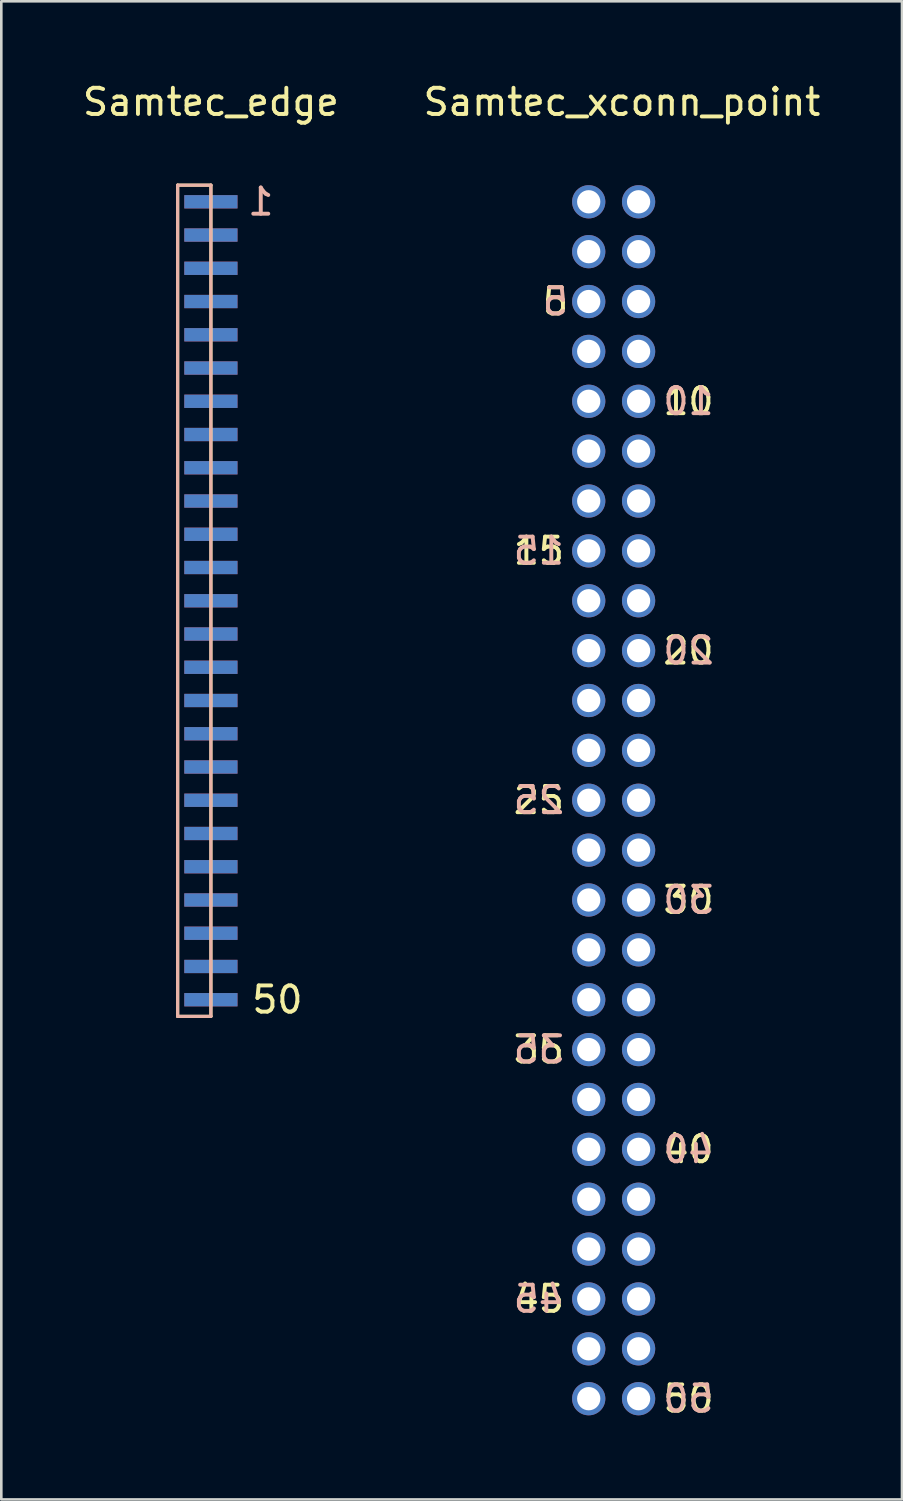
<source format=kicad_pcb>
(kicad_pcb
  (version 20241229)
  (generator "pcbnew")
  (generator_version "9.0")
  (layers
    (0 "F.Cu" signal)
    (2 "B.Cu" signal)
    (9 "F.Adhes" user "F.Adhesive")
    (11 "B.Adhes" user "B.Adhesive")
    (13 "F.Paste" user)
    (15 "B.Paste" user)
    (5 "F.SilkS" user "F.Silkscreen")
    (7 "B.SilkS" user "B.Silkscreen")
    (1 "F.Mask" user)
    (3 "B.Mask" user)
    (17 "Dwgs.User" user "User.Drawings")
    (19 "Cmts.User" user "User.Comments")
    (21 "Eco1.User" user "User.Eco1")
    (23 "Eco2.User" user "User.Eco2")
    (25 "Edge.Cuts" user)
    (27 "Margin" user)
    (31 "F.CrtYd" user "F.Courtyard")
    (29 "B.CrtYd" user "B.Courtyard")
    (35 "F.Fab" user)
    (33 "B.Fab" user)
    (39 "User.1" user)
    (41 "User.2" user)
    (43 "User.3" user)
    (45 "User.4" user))
  (footprint "Samtec_edge"
    (layer "F.Cu")
    (at 5.006 2.753)
    (property "Reference" "Samtec_edge" (at 0 -1.905 0) (layer "F.SilkS") (effects (font (size 1 1) (thickness 0.15))))
    (attr through_hole)
    (fp_line (start -1.27 1.27) (end 0 1.27) (stroke (width 0.12) (type solid)) (layer "F.SilkS"))
    (fp_line (start -1.27 33.02) (end -1.27 1.27) (stroke (width 0.12) (type solid)) (layer "F.SilkS"))
    (fp_line (start 0 1.27) (end 0 33.02) (stroke (width 0.12) (type solid)) (layer "F.SilkS"))
    (fp_line (start 0 33.02) (end -1.27 33.02) (stroke (width 0.12) (type solid)) (layer "F.SilkS"))
    (fp_line (start -1.27 1.27) (end 0 1.27) (stroke (width 0.12) (type solid)) (layer "B.SilkS"))
    (fp_line (start -1.27 33.02) (end -1.27 1.27) (stroke (width 0.12) (type solid)) (layer "B.SilkS"))
    (fp_line (start 0 1.27) (end 0 33.02) (stroke (width 0.12) (type solid)) (layer "B.SilkS"))
    (fp_line (start 0 33.02) (end -1.27 33.02) (stroke (width 0.12) (type solid)) (layer "B.SilkS"))
    (fp_text user "50" (at 2.54 32.385 0) (layer "F.SilkS") (effects (font (size 1 1) (thickness 0.15))))
    (fp_text user "1" (at 1.905 1.905 0) (layer "B.SilkS") (effects (font (size 1 1) (thickness 0.15)) (justify mirror)))
    (pad "1" smd rect (at 0 1.905) (size 2.032 0.508) (layers "B.Cu" "B.Mask" "B.Paste"))
    (pad "2" smd rect (at 0 1.905) (size 2.032 0.508) (layers "F.Cu" "F.Mask" "F.Paste"))
    (pad "3" smd rect (at 0 3.175) (size 2.032 0.508) (layers "B.Cu" "B.Mask" "B.Paste"))
    (pad "4" smd rect (at 0 3.175) (size 2.032 0.508) (layers "F.Cu" "F.Mask" "F.Paste"))
    (pad "5" smd rect (at 0 4.445) (size 2.032 0.508) (layers "B.Cu" "B.Mask" "B.Paste"))
    (pad "6" smd rect (at 0 4.445) (size 2.032 0.508) (layers "F.Cu" "F.Mask" "F.Paste"))
    (pad "7" smd rect (at 0 5.715) (size 2.032 0.508) (layers "B.Cu" "B.Mask" "B.Paste"))
    (pad "8" smd rect (at 0 5.715) (size 2.032 0.508) (layers "F.Cu" "F.Mask" "F.Paste"))
    (pad "9" smd rect (at 0 6.985) (size 2.032 0.508) (layers "B.Cu" "B.Mask" "B.Paste"))
    (pad "10" smd rect (at 0 6.985) (size 2.032 0.508) (layers "F.Cu" "F.Mask" "F.Paste"))
    (pad "11" smd rect (at 0 8.255) (size 2.032 0.508) (layers "B.Cu" "B.Mask" "B.Paste"))
    (pad "12" smd rect (at 0 8.255) (size 2.032 0.508) (layers "F.Cu" "F.Mask" "F.Paste"))
    (pad "13" smd rect (at 0 9.525) (size 2.032 0.508) (layers "B.Cu" "B.Mask" "B.Paste"))
    (pad "14" smd rect (at 0 9.525) (size 2.032 0.508) (layers "F.Cu" "F.Mask" "F.Paste"))
    (pad "15" smd rect (at 0 10.795) (size 2.032 0.508) (layers "B.Cu" "B.Mask" "B.Paste"))
    (pad "16" smd rect (at 0 10.795) (size 2.032 0.508) (layers "F.Cu" "F.Mask" "F.Paste"))
    (pad "17" smd rect (at 0 12.065) (size 2.032 0.508) (layers "B.Cu" "B.Mask" "B.Paste"))
    (pad "18" smd rect (at 0 12.065) (size 2.032 0.508) (layers "F.Cu" "F.Mask" "F.Paste"))
    (pad "19" smd rect (at 0 13.335) (size 2.032 0.508) (layers "B.Cu" "B.Mask" "B.Paste"))
    (pad "20" smd rect (at 0 13.335) (size 2.032 0.508) (layers "F.Cu" "F.Mask" "F.Paste"))
    (pad "21" smd rect (at 0 14.605) (size 2.032 0.508) (layers "B.Cu" "B.Mask" "B.Paste"))
    (pad "22" smd rect (at 0 14.605) (size 2.032 0.508) (layers "F.Cu" "F.Mask" "F.Paste"))
    (pad "23" smd rect (at 0 15.875) (size 2.032 0.508) (layers "B.Cu" "B.Mask" "B.Paste"))
    (pad "24" smd rect (at 0 15.875) (size 2.032 0.508) (layers "F.Cu" "F.Mask" "F.Paste"))
    (pad "25" smd rect (at 0 17.145) (size 2.032 0.508) (layers "B.Cu" "B.Mask" "B.Paste"))
    (pad "26" smd rect (at 0 17.145) (size 2.032 0.508) (layers "F.Cu" "F.Mask" "F.Paste"))
    (pad "27" smd rect (at 0 18.415) (size 2.032 0.508) (layers "B.Cu" "B.Mask" "B.Paste"))
    (pad "28" smd rect (at 0 18.415) (size 2.032 0.508) (layers "F.Cu" "F.Mask" "F.Paste"))
    (pad "29" smd rect (at 0 19.685) (size 2.032 0.508) (layers "B.Cu" "B.Mask" "B.Paste"))
    (pad "30" smd rect (at 0 19.685) (size 2.032 0.508) (layers "F.Cu" "F.Mask" "F.Paste"))
    (pad "31" smd rect (at 0 20.955) (size 2.032 0.508) (layers "B.Cu" "B.Mask" "B.Paste"))
    (pad "32" smd rect (at 0 20.955) (size 2.032 0.508) (layers "F.Cu" "F.Mask" "F.Paste"))
    (pad "33" smd rect (at 0 22.225) (size 2.032 0.508) (layers "B.Cu" "B.Mask" "B.Paste"))
    (pad "34" smd rect (at 0 22.225) (size 2.032 0.508) (layers "F.Cu" "F.Mask" "F.Paste"))
    (pad "35" smd rect (at 0 23.495) (size 2.032 0.508) (layers "B.Cu" "B.Mask" "B.Paste"))
    (pad "36" smd rect (at 0 23.495) (size 2.032 0.508) (layers "F.Cu" "F.Mask" "F.Paste"))
    (pad "37" smd rect (at 0 24.765) (size 2.032 0.508) (layers "B.Cu" "B.Mask" "B.Paste"))
    (pad "38" smd rect (at 0 24.765) (size 2.032 0.508) (layers "F.Cu" "F.Mask" "F.Paste"))
    (pad "39" smd rect (at 0 26.035) (size 2.032 0.508) (layers "B.Cu" "B.Mask" "B.Paste"))
    (pad "40" smd rect (at 0 26.035) (size 2.032 0.508) (layers "F.Cu" "F.Mask" "F.Paste"))
    (pad "41" smd rect (at 0 27.305) (size 2.032 0.508) (layers "B.Cu" "B.Mask" "B.Paste"))
    (pad "42" smd rect (at 0 27.305) (size 2.032 0.508) (layers "F.Cu" "F.Mask" "F.Paste"))
    (pad "43" smd rect (at 0 28.575) (size 2.032 0.508) (layers "B.Cu" "B.Mask" "B.Paste"))
    (pad "44" smd rect (at 0 28.575) (size 2.032 0.508) (layers "F.Cu" "F.Mask" "F.Paste"))
    (pad "45" smd rect (at 0 29.845) (size 2.032 0.508) (layers "B.Cu" "B.Mask" "B.Paste"))
    (pad "46" smd rect (at 0 29.845) (size 2.032 0.508) (layers "F.Cu" "F.Mask" "F.Paste"))
    (pad "47" smd rect (at 0 31.115) (size 2.032 0.508) (layers "B.Cu" "B.Mask" "B.Paste"))
    (pad "48" smd rect (at 0 31.115) (size 2.032 0.508) (layers "F.Cu" "F.Mask" "F.Paste"))
    (pad "49" smd rect (at 0 32.385) (size 2.032 0.508) (layers "B.Cu" "B.Mask" "B.Paste"))
    (pad "50" smd rect (at 0 32.385) (size 2.032 0.508) (layers "F.Cu" "F.Mask" "F.Paste")))
  (footprint "Samtec_xconn_point"
    (layer "F.Cu")
    (at 20.708 2.753)
    (property "Reference" "Samtec_xconn_point" (at 0 -1.905 0) (layer "F.SilkS") (effects (font (size 1 1) (thickness 0.15))))
    (attr through_hole)
    (fp_text user "15" (at -3.175 15.24 0) (layer "F.SilkS") (effects (font (size 1 1) (thickness 0.15))))
    (fp_text user "40" (at 2.54 38.1 0) (layer "F.SilkS") (effects (font (size 1 1) (thickness 0.15))))
    (fp_text user "35" (at -3.175 34.29 0) (layer "F.SilkS") (effects (font (size 1 1) (thickness 0.15))))
    (fp_text user "30" (at 2.54 28.575 0) (layer "F.SilkS") (effects (font (size 1 1) (thickness 0.15))))
    (fp_text user "50" (at 2.54 47.625 0) (layer "F.SilkS") (effects (font (size 1 1) (thickness 0.15))))
    (fp_text user "5" (at -2.54 5.715 0) (layer "F.SilkS") (effects (font (size 1 1) (thickness 0.15))))
    (fp_text user "45" (at -3.175 43.815 0) (layer "F.SilkS") (effects (font (size 1 1) (thickness 0.15))))
    (fp_text user "10" (at 2.54 9.525 0) (layer "F.SilkS") (effects (font (size 1 1) (thickness 0.15))))
    (fp_text user "25" (at -3.175 24.765 0) (layer "F.SilkS") (effects (font (size 1 1) (thickness 0.15))))
    (fp_text user "20" (at 2.54 19.05 0) (layer "F.SilkS") (effects (font (size 1 1) (thickness 0.15))))
    (fp_text user "20" (at 2.54 19.05 180) (layer "B.SilkS") (effects (font (size 1 1) (thickness 0.15)) (justify mirror)))
    (fp_text user "15" (at -3.175 15.24 180) (layer "B.SilkS") (effects (font (size 1 1) (thickness 0.15)) (justify mirror)))
    (fp_text user "30" (at 2.54 28.575 180) (layer "B.SilkS") (effects (font (size 1 1) (thickness 0.15)) (justify mirror)))
    (fp_text user "25" (at -3.175 24.765 180) (layer "B.SilkS") (effects (font (size 1 1) (thickness 0.15)) (justify mirror)))
    (fp_text user "35" (at -3.175 34.29 180) (layer "B.SilkS") (effects (font (size 1 1) (thickness 0.15)) (justify mirror)))
    (fp_text user "45" (at -3.175 43.815 180) (layer "B.SilkS") (effects (font (size 1 1) (thickness 0.15)) (justify mirror)))
    (fp_text user "50" (at 2.54 47.625 180) (layer "B.SilkS") (effects (font (size 1 1) (thickness 0.15)) (justify mirror)))
    (fp_text user "10" (at 2.54 9.525 180) (layer "B.SilkS") (effects (font (size 1 1) (thickness 0.15)) (justify mirror)))
    (fp_text user "5" (at -2.54 5.715 180) (layer "B.SilkS") (effects (font (size 1 1) (thickness 0.15)) (justify mirror)))
    (fp_text user "40" (at 2.54 38.1 180) (layer "B.SilkS") (effects (font (size 1 1) (thickness 0.15)) (justify mirror)))
    (pad "1" thru_hole circle (at -1.27 1.905) (size 1.27 1.27) (drill 0.889) (layers "*.Cu" "*.Mask"))
    (pad "2" thru_hole circle (at 0.635 1.905) (size 1.27 1.27) (drill 0.889) (layers "*.Cu" "*.Mask"))
    (pad "3" thru_hole circle (at -1.27 3.81) (size 1.27 1.27) (drill 0.889) (layers "*.Cu" "*.Mask"))
    (pad "4" thru_hole circle (at 0.635 3.81) (size 1.27 1.27) (drill 0.889) (layers "*.Cu" "*.Mask"))
    (pad "5" thru_hole circle (at -1.27 5.715) (size 1.27 1.27) (drill 0.889) (layers "*.Cu" "*.Mask"))
    (pad "6" thru_hole circle (at 0.635 5.715) (size 1.27 1.27) (drill 0.889) (layers "*.Cu" "*.Mask"))
    (pad "7" thru_hole circle (at -1.27 7.62) (size 1.27 1.27) (drill 0.889) (layers "*.Cu" "*.Mask"))
    (pad "8" thru_hole circle (at 0.635 7.62) (size 1.27 1.27) (drill 0.889) (layers "*.Cu" "*.Mask"))
    (pad "9" thru_hole circle (at -1.27 9.525) (size 1.27 1.27) (drill 0.889) (layers "*.Cu" "*.Mask"))
    (pad "10" thru_hole circle (at 0.635 9.525) (size 1.27 1.27) (drill 0.889) (layers "*.Cu" "*.Mask"))
    (pad "11" thru_hole circle (at -1.27 11.43) (size 1.27 1.27) (drill 0.889) (layers "*.Cu" "*.Mask"))
    (pad "12" thru_hole circle (at 0.635 11.43) (size 1.27 1.27) (drill 0.889) (layers "*.Cu" "*.Mask"))
    (pad "13" thru_hole circle (at -1.27 13.335) (size 1.27 1.27) (drill 0.889) (layers "*.Cu" "*.Mask"))
    (pad "14" thru_hole circle (at 0.635 13.335) (size 1.27 1.27) (drill 0.889) (layers "*.Cu" "*.Mask"))
    (pad "15" thru_hole circle (at -1.27 15.24) (size 1.27 1.27) (drill 0.889) (layers "*.Cu" "*.Mask"))
    (pad "16" thru_hole circle (at 0.635 15.24) (size 1.27 1.27) (drill 0.889) (layers "*.Cu" "*.Mask"))
    (pad "17" thru_hole circle (at -1.27 17.145) (size 1.27 1.27) (drill 0.889) (layers "*.Cu" "*.Mask"))
    (pad "18" thru_hole circle (at 0.635 17.145) (size 1.27 1.27) (drill 0.889) (layers "*.Cu" "*.Mask"))
    (pad "19" thru_hole circle (at -1.27 19.05) (size 1.27 1.27) (drill 0.889) (layers "*.Cu" "*.Mask"))
    (pad "20" thru_hole circle (at 0.635 19.05) (size 1.27 1.27) (drill 0.889) (layers "*.Cu" "*.Mask"))
    (pad "21" thru_hole circle (at -1.27 20.955) (size 1.27 1.27) (drill 0.889) (layers "*.Cu" "*.Mask"))
    (pad "22" thru_hole circle (at 0.635 20.955) (size 1.27 1.27) (drill 0.889) (layers "*.Cu" "*.Mask"))
    (pad "23" thru_hole circle (at -1.27 22.86) (size 1.27 1.27) (drill 0.889) (layers "*.Cu" "*.Mask"))
    (pad "24" thru_hole circle (at 0.635 22.86) (size 1.27 1.27) (drill 0.889) (layers "*.Cu" "*.Mask"))
    (pad "25" thru_hole circle (at -1.27 24.765) (size 1.27 1.27) (drill 0.889) (layers "*.Cu" "*.Mask"))
    (pad "26" thru_hole circle (at 0.635 24.765) (size 1.27 1.27) (drill 0.889) (layers "*.Cu" "*.Mask"))
    (pad "27" thru_hole circle (at -1.27 26.67) (size 1.27 1.27) (drill 0.889) (layers "*.Cu" "*.Mask"))
    (pad "28" thru_hole circle (at 0.635 26.67) (size 1.27 1.27) (drill 0.889) (layers "*.Cu" "*.Mask"))
    (pad "29" thru_hole circle (at -1.27 28.575) (size 1.27 1.27) (drill 0.889) (layers "*.Cu" "*.Mask"))
    (pad "30" thru_hole circle (at 0.635 28.575) (size 1.27 1.27) (drill 0.889) (layers "*.Cu" "*.Mask"))
    (pad "31" thru_hole circle (at -1.27 30.48) (size 1.27 1.27) (drill 0.889) (layers "*.Cu" "*.Mask"))
    (pad "32" thru_hole circle (at 0.635 30.48) (size 1.27 1.27) (drill 0.889) (layers "*.Cu" "*.Mask"))
    (pad "33" thru_hole circle (at -1.27 32.385) (size 1.27 1.27) (drill 0.889) (layers "*.Cu" "*.Mask"))
    (pad "34" thru_hole circle (at 0.635 32.385) (size 1.27 1.27) (drill 0.889) (layers "*.Cu" "*.Mask"))
    (pad "35" thru_hole circle (at -1.27 34.29) (size 1.27 1.27) (drill 0.889) (layers "*.Cu" "*.Mask"))
    (pad "36" thru_hole circle (at 0.635 34.29) (size 1.27 1.27) (drill 0.889) (layers "*.Cu" "*.Mask"))
    (pad "37" thru_hole circle (at -1.27 36.195) (size 1.27 1.27) (drill 0.889) (layers "*.Cu" "*.Mask"))
    (pad "38" thru_hole circle (at 0.635 36.195) (size 1.27 1.27) (drill 0.889) (layers "*.Cu" "*.Mask"))
    (pad "39" thru_hole circle (at -1.27 38.1) (size 1.27 1.27) (drill 0.889) (layers "*.Cu" "*.Mask"))
    (pad "40" thru_hole circle (at 0.635 38.1) (size 1.27 1.27) (drill 0.889) (layers "*.Cu" "*.Mask"))
    (pad "41" thru_hole circle (at -1.27 40.005) (size 1.27 1.27) (drill 0.889) (layers "*.Cu" "*.Mask"))
    (pad "42" thru_hole circle (at 0.635 40.005) (size 1.27 1.27) (drill 0.889) (layers "*.Cu" "*.Mask"))
    (pad "43" thru_hole circle (at -1.27 41.91) (size 1.27 1.27) (drill 0.889) (layers "*.Cu" "*.Mask"))
    (pad "44" thru_hole circle (at 0.635 41.91) (size 1.27 1.27) (drill 0.889) (layers "*.Cu" "*.Mask"))
    (pad "45" thru_hole circle (at -1.27 43.815) (size 1.27 1.27) (drill 0.889) (layers "*.Cu" "*.Mask"))
    (pad "46" thru_hole circle (at 0.635 43.815) (size 1.27 1.27) (drill 0.889) (layers "*.Cu" "*.Mask"))
    (pad "47" thru_hole circle (at -1.27 45.72) (size 1.27 1.27) (drill 0.889) (layers "*.Cu" "*.Mask"))
    (pad "48" thru_hole circle (at 0.635 45.72) (size 1.27 1.27) (drill 0.889) (layers "*.Cu" "*.Mask"))
    (pad "49" thru_hole circle (at -1.27 47.625) (size 1.27 1.27) (drill 0.889) (layers "*.Cu" "*.Mask"))
    (pad "50" thru_hole circle (at 0.635 47.625) (size 1.27 1.27) (drill 0.889) (layers "*.Cu" "*.Mask")))
  (gr_rect
    (start -3 -3)
    (end 31.405 54.227)
    (stroke (width 0.1) (type default))
    (fill no)
    (layer "Edge.Cuts")))
</source>
